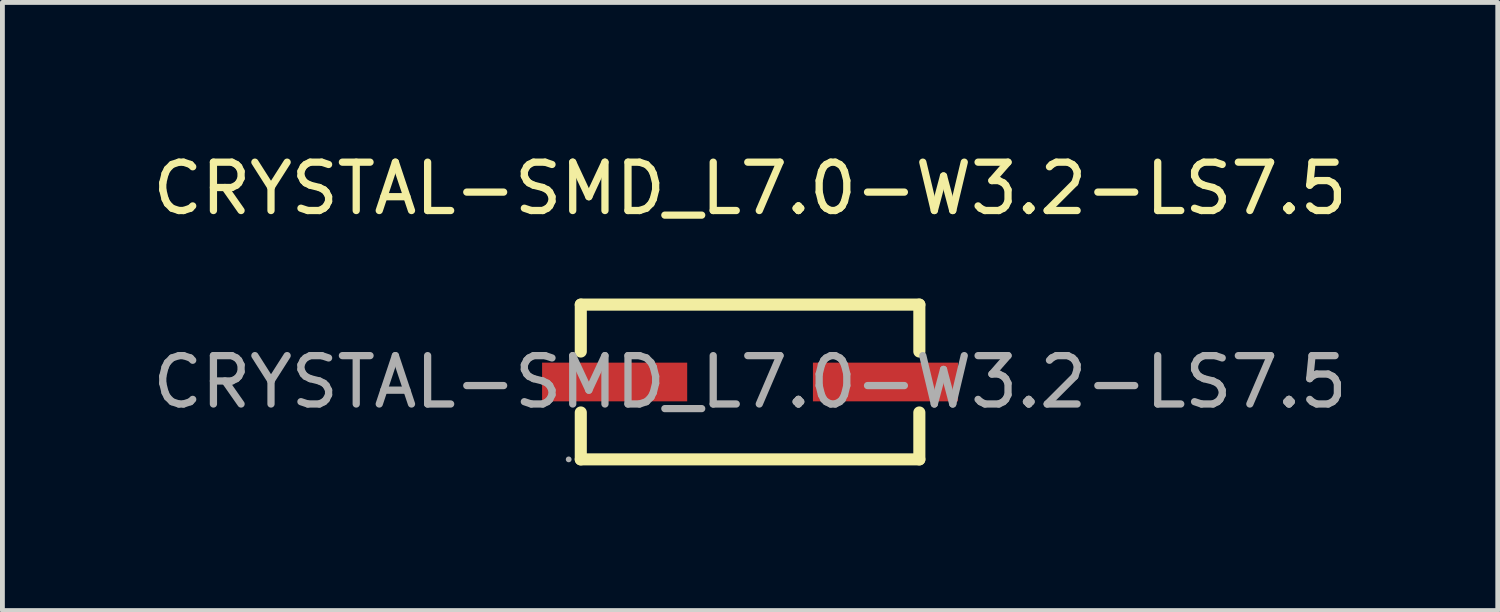
<source format=kicad_pcb>
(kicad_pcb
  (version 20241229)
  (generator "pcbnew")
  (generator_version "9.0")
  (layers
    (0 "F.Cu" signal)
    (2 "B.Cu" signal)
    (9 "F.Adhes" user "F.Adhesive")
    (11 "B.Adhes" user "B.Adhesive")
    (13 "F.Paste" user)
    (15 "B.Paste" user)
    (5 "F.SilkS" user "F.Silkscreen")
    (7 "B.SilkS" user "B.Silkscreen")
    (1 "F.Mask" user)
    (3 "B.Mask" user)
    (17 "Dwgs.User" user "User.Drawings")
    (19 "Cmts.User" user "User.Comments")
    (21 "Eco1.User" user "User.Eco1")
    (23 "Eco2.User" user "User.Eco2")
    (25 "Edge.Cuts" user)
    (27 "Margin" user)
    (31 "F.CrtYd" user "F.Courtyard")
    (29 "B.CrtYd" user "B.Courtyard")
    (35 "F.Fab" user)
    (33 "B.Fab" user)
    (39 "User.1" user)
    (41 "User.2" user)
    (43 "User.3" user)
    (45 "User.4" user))
  (footprint "CRYSTAL-SMD_L7.0-W3.2-LS7.5"
    (layer "F.Cu")
    (at 12.458 4.848)
    (property "Reference" "CRYSTAL-SMD_L7.0-W3.2-LS7.5" (at 0 -4 0) (layer "F.SilkS") (effects (font (size 1 1) (thickness 0.15))))
    (attr smd)
    (fp_line (start -3.5 -1.6) (end -3.5 -0.63) (stroke (width 0.25) (type solid)) (layer "F.SilkS"))
    (fp_line (start -3.5 -1.6) (end 3.5 -1.6) (stroke (width 0.25) (type solid)) (layer "F.SilkS"))
    (fp_line (start -3.5 0.63) (end -3.5 1.6) (stroke (width 0.25) (type solid)) (layer "F.SilkS"))
    (fp_line (start -3.5 1.6) (end 3.5 1.6) (stroke (width 0.25) (type solid)) (layer "F.SilkS"))
    (fp_line (start 3.5 -1.6) (end 3.5 -0.63) (stroke (width 0.25) (type solid)) (layer "F.SilkS"))
    (fp_line (start 3.5 0.63) (end 3.5 1.6) (stroke (width 0.25) (type solid)) (layer "F.SilkS"))
    (fp_circle (center -3.75 1.6) (end -3.72 1.6) (stroke (width 0.06) (type solid)) (fill no) (layer "F.Fab"))
    (fp_text user "${REFERENCE}" (at 0 0 0) (layer "F.Fab") (effects (font (size 1 1) (thickness 0.15))))
    (pad "1" smd rect (at -2.8 0 90) (size 0.8 3) (layers "F.Cu" "F.Mask" "F.Paste"))
    (pad "2" smd rect (at 2.8 0 90) (size 0.8 3) (layers "F.Cu" "F.Mask" "F.Paste")))
  (gr_rect
    (start -3 -3)
    (end 27.917 9.573)
    (stroke (width 0.1) (type default))
    (fill no)
    (layer "Edge.Cuts")))
</source>
